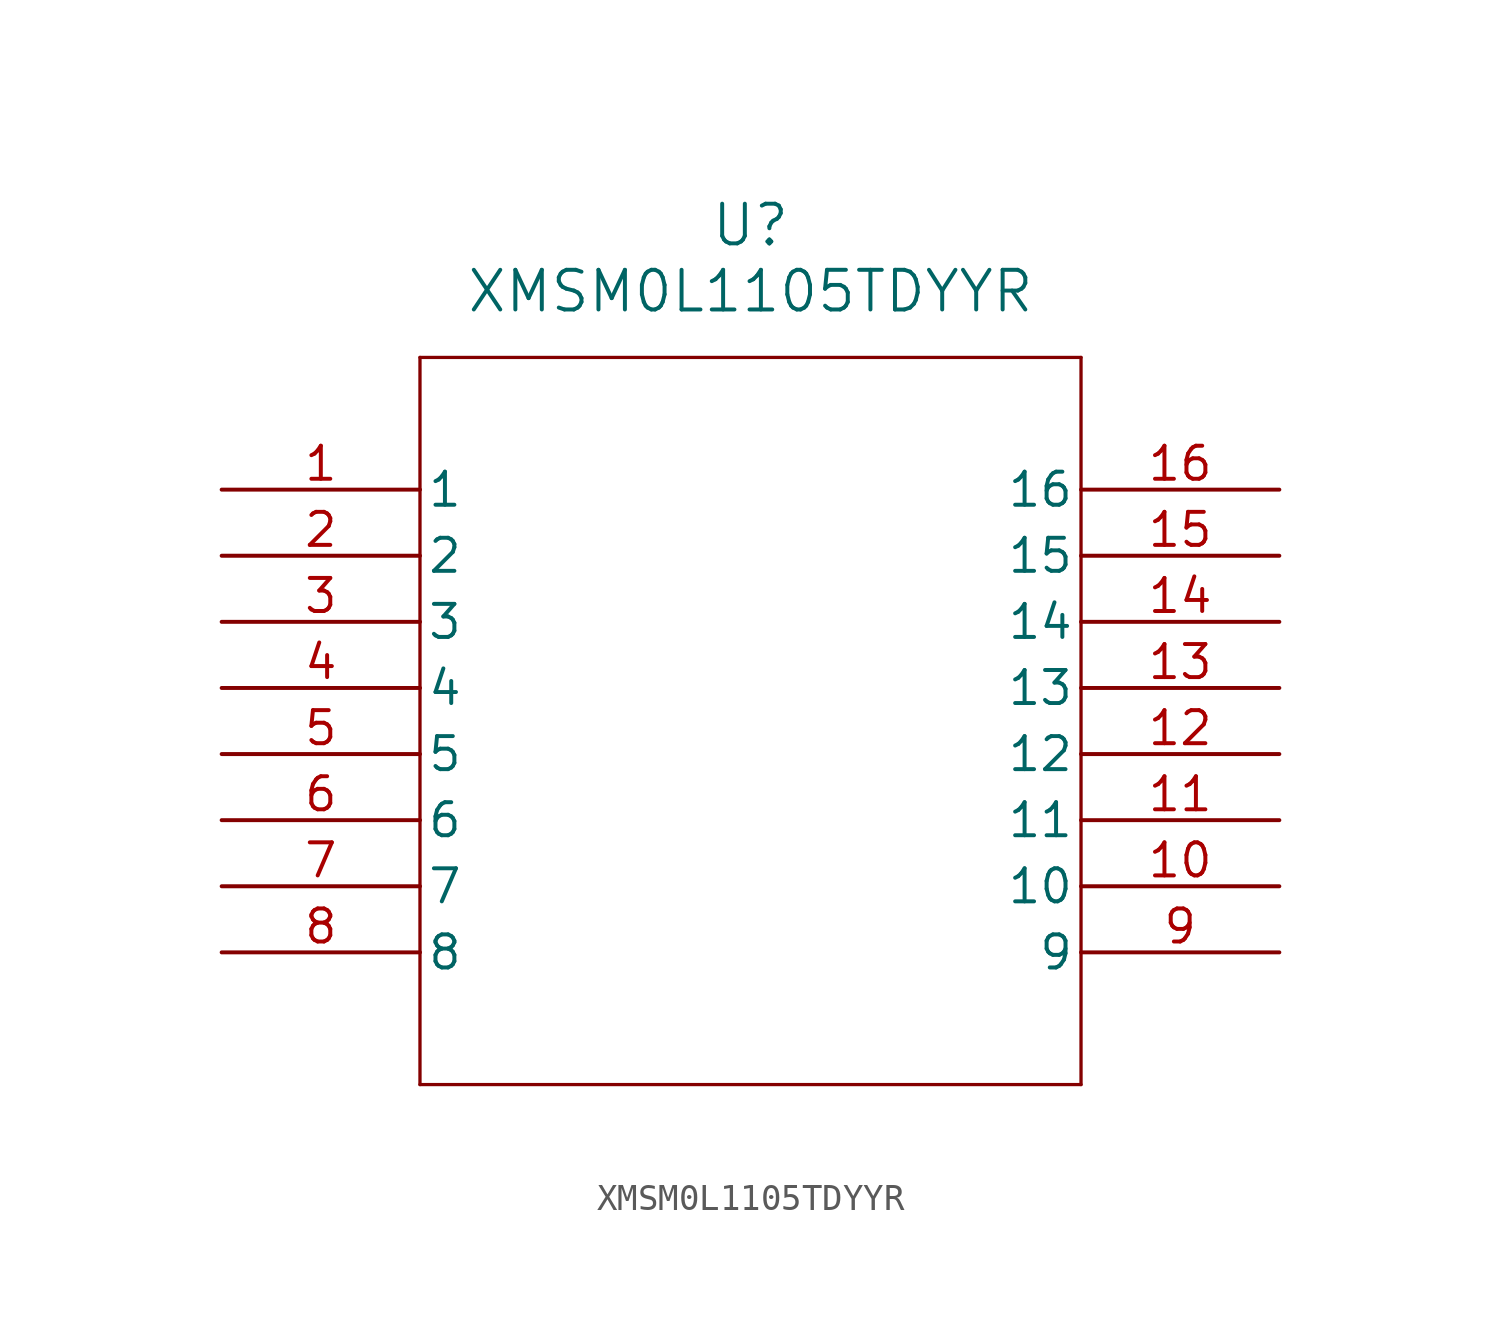
<source format=kicad_sym>
(kicad_symbol_lib
  (version 20211014)
  (generator kicad_symbol_editor)
  (symbol "XMSM0L1105TDYYR"
    (pin_names
      (offset 0.254))
    (property "Reference" "U"
      (at 20.32 10.16 0)
      (effects (font (size 1.524 1.524))))
    (property "Value" "XMSM0L1105TDYYR"
      (at 20.32 7.62 0)
      (effects (font (size 1.524 1.524))))
    (symbol "XMSM0L1105TDYYR_0_1"
      (polyline (pts (xy 7.62 5.08) (xy 7.62 -22.86)) (stroke (width 0.127) (type default) (color 0 0 0 0)) (fill (type none)))
      (polyline (pts (xy 7.62 -22.86) (xy 33.02 -22.86)) (stroke (width 0.127) (type default) (color 0 0 0 0)) (fill (type none)))
      (polyline (pts (xy 33.02 -22.86) (xy 33.02 5.08)) (stroke (width 0.127) (type default) (color 0 0 0 0)) (fill (type none)))
      (polyline (pts (xy 33.02 5.08) (xy 7.62 5.08)) (stroke (width 0.127) (type default) (color 0 0 0 0)) (fill (type none)))
      (pin unspecified line (at 0 0 0) (length 7.62) (name "1" (effects (font (size 1.27 1.27)))) (number "1" (effects (font (size 1.27 1.27)))))
      (pin unspecified line (at 0 -2.54 0) (length 7.62) (name "2" (effects (font (size 1.27 1.27)))) (number "2" (effects (font (size 1.27 1.27)))))
      (pin unspecified line (at 0 -5.08 0) (length 7.62) (name "3" (effects (font (size 1.27 1.27)))) (number "3" (effects (font (size 1.27 1.27)))))
      (pin unspecified line (at 0 -7.62 0) (length 7.62) (name "4" (effects (font (size 1.27 1.27)))) (number "4" (effects (font (size 1.27 1.27)))))
      (pin unspecified line (at 0 -10.16 0) (length 7.62) (name "5" (effects (font (size 1.27 1.27)))) (number "5" (effects (font (size 1.27 1.27)))))
      (pin unspecified line (at 0 -12.7 0) (length 7.62) (name "6" (effects (font (size 1.27 1.27)))) (number "6" (effects (font (size 1.27 1.27)))))
      (pin unspecified line (at 0 -15.24 0) (length 7.62) (name "7" (effects (font (size 1.27 1.27)))) (number "7" (effects (font (size 1.27 1.27)))))
      (pin unspecified line (at 0 -17.78 0) (length 7.62) (name "8" (effects (font (size 1.27 1.27)))) (number "8" (effects (font (size 1.27 1.27)))))
      (pin unspecified line (at 40.64 -17.78 180) (length 7.62) (name "9" (effects (font (size 1.27 1.27)))) (number "9" (effects (font (size 1.27 1.27)))))
      (pin unspecified line (at 40.64 -15.24 180) (length 7.62) (name "10" (effects (font (size 1.27 1.27)))) (number "10" (effects (font (size 1.27 1.27)))))
      (pin unspecified line (at 40.64 -12.7 180) (length 7.62) (name "11" (effects (font (size 1.27 1.27)))) (number "11" (effects (font (size 1.27 1.27)))))
      (pin unspecified line (at 40.64 -10.16 180) (length 7.62) (name "12" (effects (font (size 1.27 1.27)))) (number "12" (effects (font (size 1.27 1.27)))))
      (pin unspecified line (at 40.64 -7.62 180) (length 7.62) (name "13" (effects (font (size 1.27 1.27)))) (number "13" (effects (font (size 1.27 1.27)))))
      (pin unspecified line (at 40.64 -5.08 180) (length 7.62) (name "14" (effects (font (size 1.27 1.27)))) (number "14" (effects (font (size 1.27 1.27)))))
      (pin unspecified line (at 40.64 -2.54 180) (length 7.62) (name "15" (effects (font (size 1.27 1.27)))) (number "15" (effects (font (size 1.27 1.27)))))
      (pin unspecified line (at 40.64 0 180) (length 7.62) (name "16" (effects (font (size 1.27 1.27)))) (number "16" (effects (font (size 1.27 1.27))))))))
</source>
